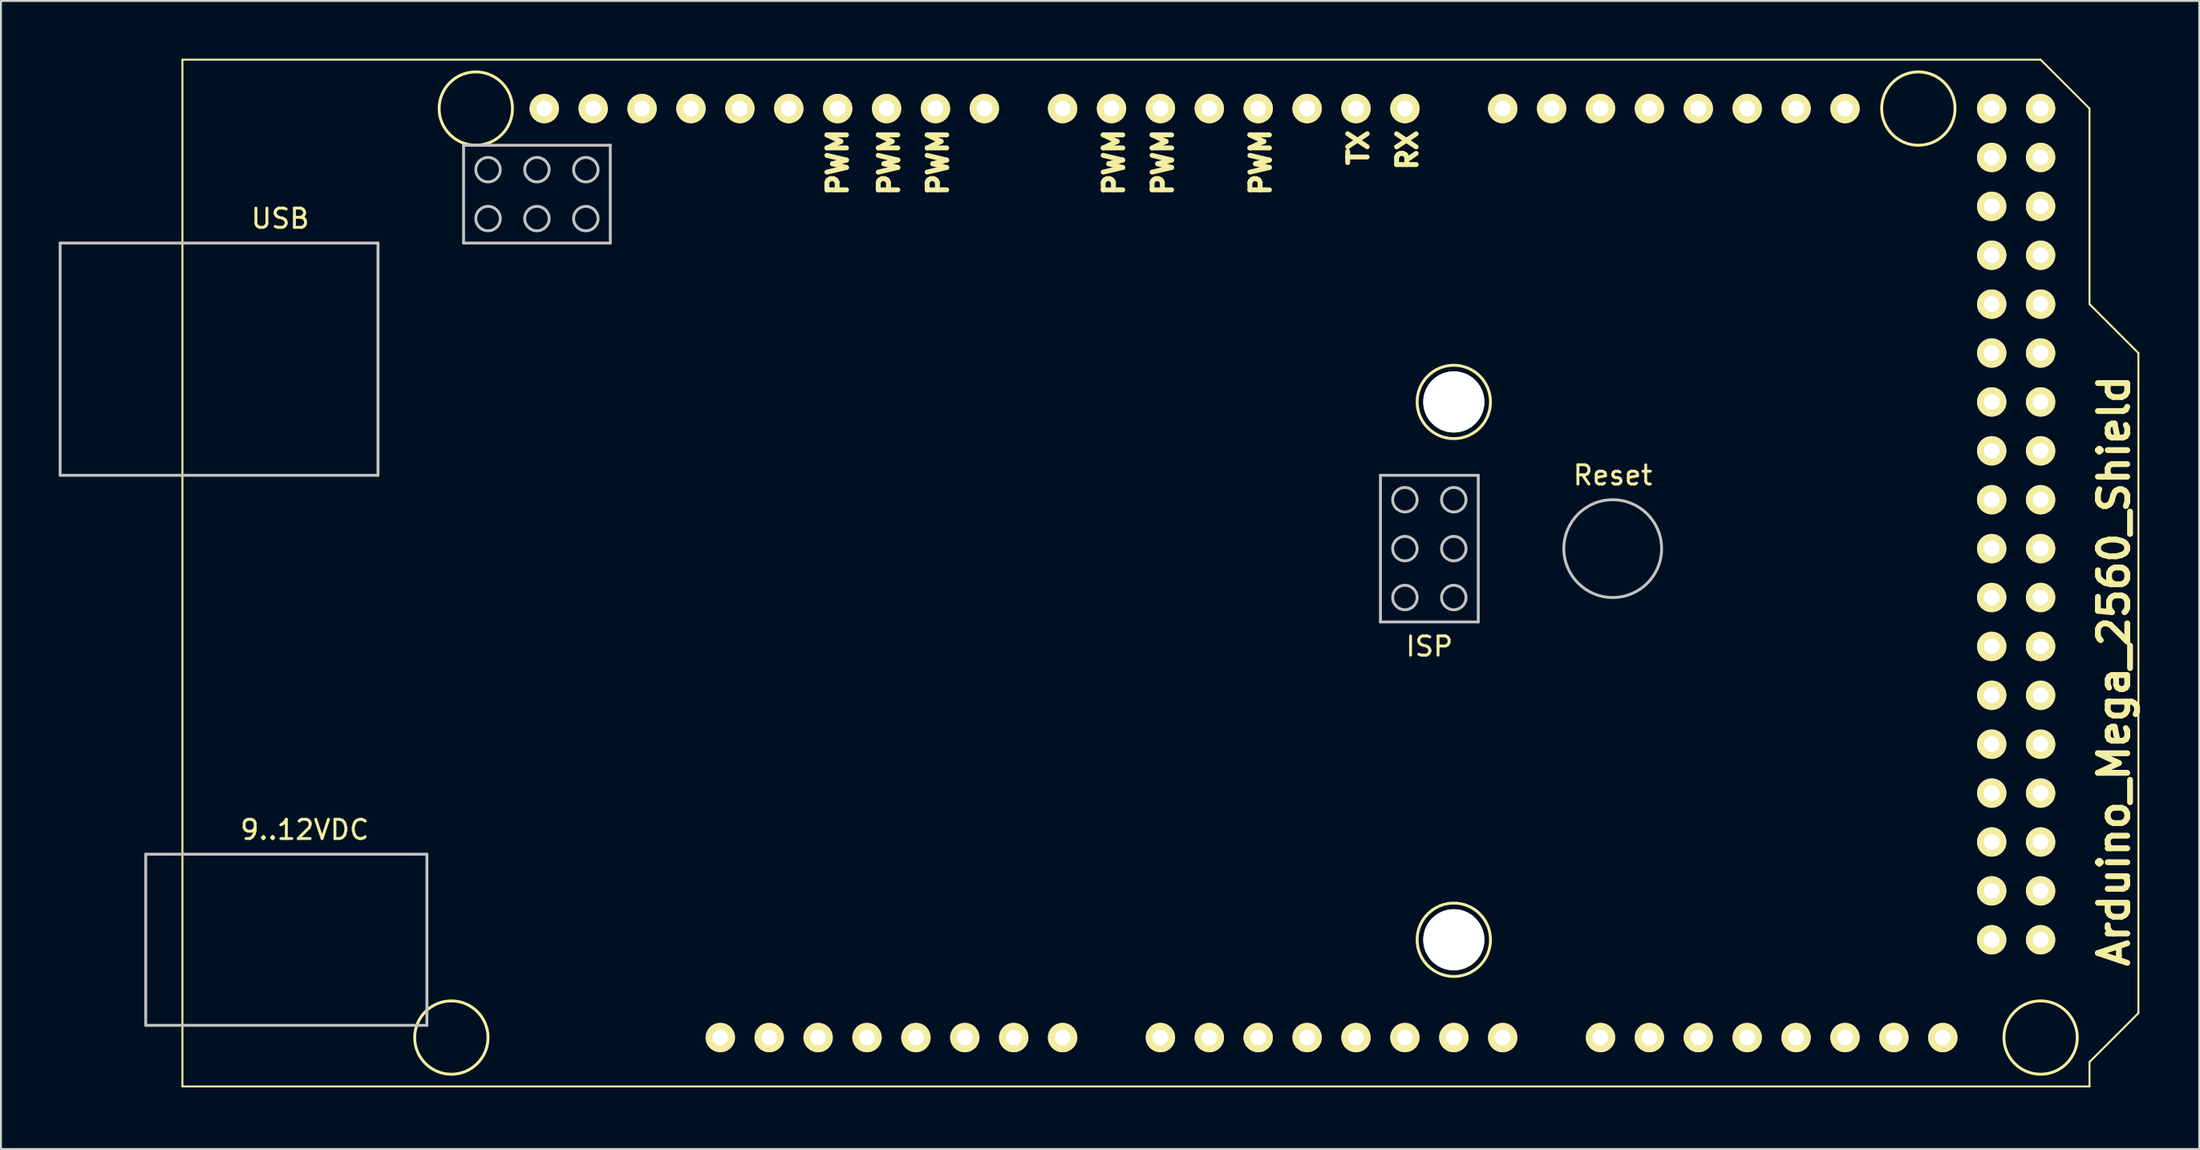
<source format=kicad_pcb>
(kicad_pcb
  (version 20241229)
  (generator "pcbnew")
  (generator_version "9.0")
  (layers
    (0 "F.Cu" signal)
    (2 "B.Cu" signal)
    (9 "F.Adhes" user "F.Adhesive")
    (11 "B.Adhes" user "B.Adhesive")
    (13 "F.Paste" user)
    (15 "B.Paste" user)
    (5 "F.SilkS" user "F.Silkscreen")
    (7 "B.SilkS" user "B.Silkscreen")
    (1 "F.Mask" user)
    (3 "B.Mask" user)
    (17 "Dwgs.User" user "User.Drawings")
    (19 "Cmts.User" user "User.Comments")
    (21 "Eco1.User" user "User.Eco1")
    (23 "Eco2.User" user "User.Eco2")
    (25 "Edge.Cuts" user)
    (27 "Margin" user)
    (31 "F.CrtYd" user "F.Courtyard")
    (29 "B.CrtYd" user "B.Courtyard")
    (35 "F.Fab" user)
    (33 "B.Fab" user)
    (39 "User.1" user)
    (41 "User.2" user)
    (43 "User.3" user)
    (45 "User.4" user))
  (footprint "Arduino_Mega_2560_Shield"
    (layer "F.Cu")
    (at 6.425 53.39)
    (property "Reference" "Arduino_Mega_2560_Shield" (at 100.332 -21.59 90) (layer "F.SilkS") (effects (font (size 1.524 1.524) (thickness 0.305))))
    (attr through_hole)
    (fp_line (start 0 -53.34) (end 96.52 -53.34) (stroke (width 0.1) (type solid)) (layer "F.SilkS"))
    (fp_line (start 0 0) (end 0 -53.34) (stroke (width 0.1) (type solid)) (layer "F.SilkS"))
    (fp_line (start 96.52 -53.34) (end 99.06 -50.8) (stroke (width 0.1) (type solid)) (layer "F.SilkS"))
    (fp_line (start 99.06 -50.8) (end 99.06 -40.64) (stroke (width 0.1) (type solid)) (layer "F.SilkS"))
    (fp_line (start 99.06 -40.64) (end 101.6 -38.1) (stroke (width 0.1) (type solid)) (layer "F.SilkS"))
    (fp_line (start 99.06 -1.27) (end 99.06 0) (stroke (width 0.1) (type solid)) (layer "F.SilkS"))
    (fp_line (start 99.06 0) (end 0 0) (stroke (width 0.1) (type solid)) (layer "F.SilkS"))
    (fp_line (start 101.6 -38.1) (end 101.6 -3.81) (stroke (width 0.1) (type solid)) (layer "F.SilkS"))
    (fp_line (start 101.6 -3.81) (end 99.06 -1.27) (stroke (width 0.1) (type solid)) (layer "F.SilkS"))
    (fp_circle (center 13.97 -2.54) (end 15.875 -2.54) (stroke (width 0.15) (type solid)) (fill no) (layer "F.SilkS"))
    (fp_circle (center 15.24 -50.8) (end 13.335 -50.8) (stroke (width 0.15) (type solid)) (fill no) (layer "F.SilkS"))
    (fp_circle (center 66.04 -35.56) (end 67.945 -35.56) (stroke (width 0.15) (type solid)) (fill no) (layer "F.SilkS"))
    (fp_circle (center 66.04 -7.62) (end 67.945 -7.62) (stroke (width 0.15) (type solid)) (fill no) (layer "F.SilkS"))
    (fp_circle (center 90.17 -50.8) (end 92.075 -50.8) (stroke (width 0.15) (type solid)) (fill no) (layer "F.SilkS"))
    (fp_circle (center 96.52 -2.54) (end 98.425 -2.54) (stroke (width 0.15) (type solid)) (fill no) (layer "F.SilkS"))
    (fp_line (start -6.35 -43.815) (end -6.35 -31.75) (stroke (width 0.15) (type solid)) (layer "Dwgs.User"))
    (fp_line (start -6.35 -31.75) (end 10.16 -31.75) (stroke (width 0.15) (type solid)) (layer "Dwgs.User"))
    (fp_line (start -1.905 -12.065) (end -1.905 -3.175) (stroke (width 0.15) (type solid)) (layer "Dwgs.User"))
    (fp_line (start -1.905 -3.175) (end 12.7 -3.175) (stroke (width 0.15) (type solid)) (layer "Dwgs.User"))
    (fp_line (start 10.16 -43.815) (end -6.35 -43.815) (stroke (width 0.15) (type solid)) (layer "Dwgs.User"))
    (fp_line (start 10.16 -31.75) (end 10.16 -43.815) (stroke (width 0.15) (type solid)) (layer "Dwgs.User"))
    (fp_line (start 12.7 -12.065) (end -1.905 -12.065) (stroke (width 0.15) (type solid)) (layer "Dwgs.User"))
    (fp_line (start 12.7 -3.175) (end 12.7 -12.065) (stroke (width 0.15) (type solid)) (layer "Dwgs.User"))
    (fp_line (start 14.605 -48.895) (end 14.605 -43.815) (stroke (width 0.15) (type solid)) (layer "Dwgs.User"))
    (fp_line (start 14.605 -48.895) (end 22.225 -48.895) (stroke (width 0.15) (type solid)) (layer "Dwgs.User"))
    (fp_line (start 14.605 -43.815) (end 22.225 -43.815) (stroke (width 0.15) (type solid)) (layer "Dwgs.User"))
    (fp_line (start 22.225 -48.895) (end 22.225 -43.815) (stroke (width 0.15) (type solid)) (layer "Dwgs.User"))
    (fp_line (start 62.23 -31.75) (end 62.23 -24.13) (stroke (width 0.15) (type solid)) (layer "Dwgs.User"))
    (fp_line (start 62.23 -31.75) (end 67.31 -31.75) (stroke (width 0.15) (type solid)) (layer "Dwgs.User"))
    (fp_line (start 62.23 -24.13) (end 67.31 -24.13) (stroke (width 0.15) (type solid)) (layer "Dwgs.User"))
    (fp_line (start 67.31 -31.75) (end 67.31 -24.13) (stroke (width 0.15) (type solid)) (layer "Dwgs.User"))
    (fp_circle (center 15.875 -47.625) (end 16.51 -47.625) (stroke (width 0.15) (type solid)) (fill no) (layer "Dwgs.User"))
    (fp_circle (center 15.875 -45.085) (end 16.51 -45.085) (stroke (width 0.15) (type solid)) (fill no) (layer "Dwgs.User"))
    (fp_circle (center 18.415 -47.625) (end 19.05 -47.625) (stroke (width 0.15) (type solid)) (fill no) (layer "Dwgs.User"))
    (fp_circle (center 18.415 -45.085) (end 19.05 -45.085) (stroke (width 0.15) (type solid)) (fill no) (layer "Dwgs.User"))
    (fp_circle (center 20.955 -47.625) (end 21.59 -47.625) (stroke (width 0.15) (type solid)) (fill no) (layer "Dwgs.User"))
    (fp_circle (center 20.955 -45.085) (end 21.59 -45.085) (stroke (width 0.15) (type solid)) (fill no) (layer "Dwgs.User"))
    (fp_circle (center 63.5 -30.48) (end 64.135 -30.48) (stroke (width 0.15) (type solid)) (fill no) (layer "Dwgs.User"))
    (fp_circle (center 63.5 -27.94) (end 64.135 -27.94) (stroke (width 0.15) (type solid)) (fill no) (layer "Dwgs.User"))
    (fp_circle (center 63.5 -25.4) (end 64.135 -25.4) (stroke (width 0.15) (type solid)) (fill no) (layer "Dwgs.User"))
    (fp_circle (center 66.04 -30.48) (end 66.675 -30.48) (stroke (width 0.15) (type solid)) (fill no) (layer "Dwgs.User"))
    (fp_circle (center 66.04 -27.94) (end 66.675 -27.94) (stroke (width 0.15) (type solid)) (fill no) (layer "Dwgs.User"))
    (fp_circle (center 66.04 -25.4) (end 66.675 -25.4) (stroke (width 0.15) (type solid)) (fill no) (layer "Dwgs.User"))
    (fp_circle (center 74.295 -27.94) (end 76.835 -27.94) (stroke (width 0.15) (type solid)) (fill no) (layer "Dwgs.User"))
    (fp_text user "PWM" (at 34.036 -48.006 90) (layer "F.SilkS") (effects (font (size 1.016 1.016) (thickness 0.254))))
    (fp_text user "9..12VDC" (at 6.35 -13.335 0) (layer "F.SilkS") (effects (font (size 1 1) (thickness 0.15))))
    (fp_text user "PWM" (at 36.703 -48.006 90) (layer "F.SilkS") (effects (font (size 1.016 1.016) (thickness 0.254))))
    (fp_text user "PWM" (at 56.007 -48.006 90) (layer "F.SilkS") (effects (font (size 1.016 1.016) (thickness 0.254))))
    (fp_text user "TX" (at 61.087 -48.768 90) (layer "F.SilkS") (effects (font (size 1.016 1.016) (thickness 0.254))))
    (fp_text user "ISP" (at 64.77 -22.86 0) (layer "F.SilkS") (effects (font (size 1 1) (thickness 0.15))))
    (fp_text user "Reset" (at 74.295 -31.75 0) (layer "F.SilkS") (effects (font (size 1 1) (thickness 0.15))))
    (fp_text user "PWM" (at 48.387 -48.006 90) (layer "F.SilkS") (effects (font (size 1.016 1.016) (thickness 0.254))))
    (fp_text user "USB" (at 5.08 -45.085 180) (layer "F.SilkS") (effects (font (size 1 1) (thickness 0.15))))
    (fp_text user "PWM" (at 39.243 -48.006 90) (layer "F.SilkS") (effects (font (size 1.016 1.016) (thickness 0.254))))
    (fp_text user "RX" (at 63.627 -48.641 90) (layer "F.SilkS") (effects (font (size 1.016 1.016) (thickness 0.254))))
    (fp_text user "PWM" (at 50.927 -48.006 90) (layer "F.SilkS") (effects (font (size 1.016 1.016) (thickness 0.254))))
    (pad "" thru_hole circle (at 27.94 -2.54) (size 1.524 1.524) (drill 0.813) (layers "*.Cu" "*.Mask" "F.SilkS"))
    (pad "" np_thru_hole circle (at 66.04 -35.56) (size 3.175 3.175) (drill 3.175) (layers "*.Cu" "*.Mask" "F.SilkS"))
    (pad "" np_thru_hole circle (at 66.04 -7.62) (size 3.175 3.175) (drill 3.175) (layers "*.Cu" "*.Mask" "F.SilkS"))
    (pad "3.3V" thru_hole circle (at 35.56 -2.54) (size 1.524 1.524) (drill 0.813) (layers "*.Cu" "*.Mask" "F.SilkS"))
    (pad "5V" thru_hole circle (at 38.1 -2.54) (size 1.524 1.524) (drill 0.813) (layers "*.Cu" "*.Mask" "F.SilkS"))
    (pad "5V" thru_hole circle (at 93.98 -50.8) (size 1.524 1.524) (drill 0.813) (layers "*.Cu" "*.Mask" "F.SilkS"))
    (pad "5V" thru_hole circle (at 96.52 -50.8) (size 1.524 1.524) (drill 0.813) (layers "*.Cu" "*.Mask" "F.SilkS"))
    (pad "A0" thru_hole circle (at 50.8 -2.54) (size 1.524 1.524) (drill 0.813) (layers "*.Cu" "*.Mask" "F.SilkS"))
    (pad "A1" thru_hole circle (at 53.34 -2.54) (size 1.524 1.524) (drill 0.813) (layers "*.Cu" "*.Mask" "F.SilkS"))
    (pad "A2" thru_hole circle (at 55.88 -2.54) (size 1.524 1.524) (drill 0.813) (layers "*.Cu" "*.Mask" "F.SilkS"))
    (pad "A3" thru_hole circle (at 58.42 -2.54) (size 1.524 1.524) (drill 0.813) (layers "*.Cu" "*.Mask" "F.SilkS"))
    (pad "A4" thru_hole circle (at 60.96 -2.54) (size 1.524 1.524) (drill 0.813) (layers "*.Cu" "*.Mask" "F.SilkS"))
    (pad "A5" thru_hole circle (at 63.5 -2.54) (size 1.524 1.524) (drill 0.813) (layers "*.Cu" "*.Mask" "F.SilkS"))
    (pad "A6" thru_hole circle (at 66.04 -2.54) (size 1.524 1.524) (drill 0.813) (layers "*.Cu" "*.Mask" "F.SilkS"))
    (pad "A7" thru_hole circle (at 68.58 -2.54) (size 1.524 1.524) (drill 0.813) (layers "*.Cu" "*.Mask" "F.SilkS"))
    (pad "A8" thru_hole circle (at 73.66 -2.54) (size 1.524 1.524) (drill 0.813) (layers "*.Cu" "*.Mask" "F.SilkS"))
    (pad "A9" thru_hole circle (at 76.2 -2.54) (size 1.524 1.524) (drill 0.813) (layers "*.Cu" "*.Mask" "F.SilkS"))
    (pad "A10" thru_hole circle (at 78.74 -2.54) (size 1.524 1.524) (drill 0.813) (layers "*.Cu" "*.Mask" "F.SilkS"))
    (pad "A11" thru_hole circle (at 81.28 -2.54) (size 1.524 1.524) (drill 0.813) (layers "*.Cu" "*.Mask" "F.SilkS"))
    (pad "A12" thru_hole circle (at 83.82 -2.54) (size 1.524 1.524) (drill 0.813) (layers "*.Cu" "*.Mask" "F.SilkS"))
    (pad "A13" thru_hole circle (at 86.36 -2.54) (size 1.524 1.524) (drill 0.813) (layers "*.Cu" "*.Mask" "F.SilkS"))
    (pad "A14" thru_hole circle (at 88.9 -2.54) (size 1.524 1.524) (drill 0.813) (layers "*.Cu" "*.Mask" "F.SilkS"))
    (pad "A15" thru_hole circle (at 91.44 -2.54) (size 1.524 1.524) (drill 0.813) (layers "*.Cu" "*.Mask" "F.SilkS"))
    (pad "AREF" thru_hole circle (at 23.876 -50.8) (size 1.524 1.524) (drill 0.813) (layers "*.Cu" "*.Mask" "F.SilkS"))
    (pad "D0" thru_hole circle (at 63.5 -50.8) (size 1.524 1.524) (drill 0.813) (layers "*.Cu" "*.Mask" "F.SilkS"))
    (pad "D1" thru_hole circle (at 60.96 -50.8) (size 1.524 1.524) (drill 0.813) (layers "*.Cu" "*.Mask" "F.SilkS"))
    (pad "D2" thru_hole circle (at 58.42 -50.8) (size 1.524 1.524) (drill 0.813) (layers "*.Cu" "*.Mask" "F.SilkS"))
    (pad "D3" thru_hole circle (at 55.88 -50.8) (size 1.524 1.524) (drill 0.813) (layers "*.Cu" "*.Mask" "F.SilkS"))
    (pad "D4" thru_hole circle (at 53.34 -50.8) (size 1.524 1.524) (drill 0.813) (layers "*.Cu" "*.Mask" "F.SilkS"))
    (pad "D5" thru_hole circle (at 50.8 -50.8) (size 1.524 1.524) (drill 0.813) (layers "*.Cu" "*.Mask" "F.SilkS"))
    (pad "D6" thru_hole circle (at 48.26 -50.8) (size 1.524 1.524) (drill 0.813) (layers "*.Cu" "*.Mask" "F.SilkS"))
    (pad "D7" thru_hole circle (at 45.72 -50.8) (size 1.524 1.524) (drill 0.813) (layers "*.Cu" "*.Mask" "F.SilkS"))
    (pad "D8" thru_hole circle (at 41.656 -50.8) (size 1.524 1.524) (drill 0.813) (layers "*.Cu" "*.Mask" "F.SilkS"))
    (pad "D9" thru_hole circle (at 39.116 -50.8) (size 1.524 1.524) (drill 0.813) (layers "*.Cu" "*.Mask" "F.SilkS"))
    (pad "D10" thru_hole circle (at 36.576 -50.8) (size 1.524 1.524) (drill 0.813) (layers "*.Cu" "*.Mask" "F.SilkS"))
    (pad "D11" thru_hole circle (at 34.036 -50.8) (size 1.524 1.524) (drill 0.813) (layers "*.Cu" "*.Mask" "F.SilkS"))
    (pad "D12" thru_hole circle (at 31.496 -50.8) (size 1.524 1.524) (drill 0.813) (layers "*.Cu" "*.Mask" "F.SilkS"))
    (pad "D13" thru_hole circle (at 28.956 -50.8) (size 1.524 1.524) (drill 0.813) (layers "*.Cu" "*.Mask" "F.SilkS"))
    (pad "D14" thru_hole circle (at 68.58 -50.8) (size 1.524 1.524) (drill 0.813) (layers "*.Cu" "*.Mask" "F.SilkS"))
    (pad "D15" thru_hole circle (at 71.12 -50.8) (size 1.524 1.524) (drill 0.813) (layers "*.Cu" "*.Mask" "F.SilkS"))
    (pad "D16" thru_hole circle (at 73.66 -50.8) (size 1.524 1.524) (drill 0.813) (layers "*.Cu" "*.Mask" "F.SilkS"))
    (pad "D17" thru_hole circle (at 76.2 -50.8) (size 1.524 1.524) (drill 0.813) (layers "*.Cu" "*.Mask" "F.SilkS"))
    (pad "D18" thru_hole circle (at 78.74 -50.8) (size 1.524 1.524) (drill 0.813) (layers "*.Cu" "*.Mask" "F.SilkS"))
    (pad "D19" thru_hole circle (at 81.28 -50.8) (size 1.524 1.524) (drill 0.813) (layers "*.Cu" "*.Mask" "F.SilkS"))
    (pad "D20" thru_hole circle (at 83.82 -50.8) (size 1.524 1.524) (drill 0.813) (layers "*.Cu" "*.Mask" "F.SilkS"))
    (pad "D21" thru_hole circle (at 86.36 -50.8) (size 1.524 1.524) (drill 0.813) (layers "*.Cu" "*.Mask" "F.SilkS"))
    (pad "D22" thru_hole circle (at 93.98 -48.26) (size 1.524 1.524) (drill 0.813) (layers "*.Cu" "*.Mask" "F.SilkS"))
    (pad "D23" thru_hole circle (at 96.52 -48.26) (size 1.524 1.524) (drill 0.813) (layers "*.Cu" "*.Mask" "F.SilkS"))
    (pad "D24" thru_hole circle (at 93.98 -45.72) (size 1.524 1.524) (drill 0.813) (layers "*.Cu" "*.Mask" "F.SilkS"))
    (pad "D25" thru_hole circle (at 96.52 -45.72) (size 1.524 1.524) (drill 0.813) (layers "*.Cu" "*.Mask" "F.SilkS"))
    (pad "D26" thru_hole circle (at 93.98 -43.18) (size 1.524 1.524) (drill 0.813) (layers "*.Cu" "*.Mask" "F.SilkS"))
    (pad "D27" thru_hole circle (at 96.52 -43.18) (size 1.524 1.524) (drill 0.813) (layers "*.Cu" "*.Mask" "F.SilkS"))
    (pad "D28" thru_hole circle (at 93.98 -40.64) (size 1.524 1.524) (drill 0.813) (layers "*.Cu" "*.Mask" "F.SilkS"))
    (pad "D29" thru_hole circle (at 96.52 -40.64) (size 1.524 1.524) (drill 0.813) (layers "*.Cu" "*.Mask" "F.SilkS"))
    (pad "D30" thru_hole circle (at 93.98 -38.1) (size 1.524 1.524) (drill 0.813) (layers "*.Cu" "*.Mask" "F.SilkS"))
    (pad "D31" thru_hole circle (at 96.52 -38.1) (size 1.524 1.524) (drill 0.813) (layers "*.Cu" "*.Mask" "F.SilkS"))
    (pad "D32" thru_hole circle (at 93.98 -35.56) (size 1.524 1.524) (drill 0.813) (layers "*.Cu" "*.Mask" "F.SilkS"))
    (pad "D33" thru_hole circle (at 96.52 -35.56) (size 1.524 1.524) (drill 0.813) (layers "*.Cu" "*.Mask" "F.SilkS"))
    (pad "D34" thru_hole circle (at 93.98 -33.02) (size 1.524 1.524) (drill 0.813) (layers "*.Cu" "*.Mask" "F.SilkS"))
    (pad "D35" thru_hole circle (at 96.52 -33.02) (size 1.524 1.524) (drill 0.813) (layers "*.Cu" "*.Mask" "F.SilkS"))
    (pad "D36" thru_hole circle (at 93.98 -30.48) (size 1.524 1.524) (drill 0.813) (layers "*.Cu" "*.Mask" "F.SilkS"))
    (pad "D37" thru_hole circle (at 96.52 -30.48) (size 1.524 1.524) (drill 0.813) (layers "*.Cu" "*.Mask" "F.SilkS"))
    (pad "D38" thru_hole circle (at 93.98 -27.94) (size 1.524 1.524) (drill 0.813) (layers "*.Cu" "*.Mask" "F.SilkS"))
    (pad "D39" thru_hole circle (at 96.52 -27.94) (size 1.524 1.524) (drill 0.813) (layers "*.Cu" "*.Mask" "F.SilkS"))
    (pad "D40" thru_hole circle (at 93.98 -25.4) (size 1.524 1.524) (drill 0.813) (layers "*.Cu" "*.Mask" "F.SilkS"))
    (pad "D41" thru_hole circle (at 96.52 -25.4) (size 1.524 1.524) (drill 0.813) (layers "*.Cu" "*.Mask" "F.SilkS"))
    (pad "D42" thru_hole circle (at 93.98 -22.86) (size 1.524 1.524) (drill 0.813) (layers "*.Cu" "*.Mask" "F.SilkS"))
    (pad "D43" thru_hole circle (at 96.52 -22.86) (size 1.524 1.524) (drill 0.813) (layers "*.Cu" "*.Mask" "F.SilkS"))
    (pad "D44" thru_hole circle (at 93.98 -20.32) (size 1.524 1.524) (drill 0.813) (layers "*.Cu" "*.Mask" "F.SilkS"))
    (pad "D45" thru_hole circle (at 96.52 -20.32) (size 1.524 1.524) (drill 0.813) (layers "*.Cu" "*.Mask" "F.SilkS"))
    (pad "D46" thru_hole circle (at 93.98 -17.78) (size 1.524 1.524) (drill 0.813) (layers "*.Cu" "*.Mask" "F.SilkS"))
    (pad "D47" thru_hole circle (at 96.52 -17.78) (size 1.524 1.524) (drill 0.813) (layers "*.Cu" "*.Mask" "F.SilkS"))
    (pad "D48" thru_hole circle (at 93.98 -15.24) (size 1.524 1.524) (drill 0.813) (layers "*.Cu" "*.Mask" "F.SilkS"))
    (pad "D49" thru_hole circle (at 96.52 -15.24) (size 1.524 1.524) (drill 0.813) (layers "*.Cu" "*.Mask" "F.SilkS"))
    (pad "D50" thru_hole circle (at 93.98 -12.7) (size 1.524 1.524) (drill 0.813) (layers "*.Cu" "*.Mask" "F.SilkS"))
    (pad "D51" thru_hole circle (at 96.52 -12.7) (size 1.524 1.524) (drill 0.813) (layers "*.Cu" "*.Mask" "F.SilkS"))
    (pad "D52" thru_hole circle (at 93.98 -10.16) (size 1.524 1.524) (drill 0.813) (layers "*.Cu" "*.Mask" "F.SilkS"))
    (pad "D53" thru_hole circle (at 96.52 -10.16) (size 1.524 1.524) (drill 0.813) (layers "*.Cu" "*.Mask" "F.SilkS"))
    (pad "GND" thru_hole circle (at 26.416 -50.8) (size 1.524 1.524) (drill 0.813) (layers "*.Cu" "*.Mask" "F.SilkS"))
    (pad "GND" thru_hole circle (at 40.64 -2.54) (size 1.524 1.524) (drill 0.813) (layers "*.Cu" "*.Mask" "F.SilkS"))
    (pad "GND" thru_hole circle (at 43.18 -2.54) (size 1.524 1.524) (drill 0.813) (layers "*.Cu" "*.Mask" "F.SilkS"))
    (pad "GND" thru_hole circle (at 93.98 -7.62) (size 1.524 1.524) (drill 0.813) (layers "*.Cu" "*.Mask" "F.SilkS"))
    (pad "GND" thru_hole circle (at 96.52 -7.62) (size 1.524 1.524) (drill 0.813) (layers "*.Cu" "*.Mask" "F.SilkS"))
    (pad "REF" thru_hole circle (at 30.48 -2.54) (size 1.524 1.524) (drill 0.813) (layers "*.Cu" "*.Mask" "F.SilkS"))
    (pad "RST" thru_hole circle (at 33.02 -2.54) (size 1.524 1.524) (drill 0.813) (layers "*.Cu" "*.Mask" "F.SilkS"))
    (pad "SCL" thru_hole circle (at 18.796 -50.8) (size 1.524 1.524) (drill 0.813) (layers "*.Cu" "*.Mask" "F.SilkS"))
    (pad "SDA" thru_hole circle (at 21.336 -50.8) (size 1.524 1.524) (drill 0.813) (layers "*.Cu" "*.Mask" "F.SilkS"))
    (pad "Vin" thru_hole circle (at 45.72 -2.54) (size 1.524 1.524) (drill 0.813) (layers "*.Cu" "*.Mask" "F.SilkS")))
  (gr_rect
    (start -3 -3)
    (end 111.184 56.64)
    (stroke (width 0.1) (type default))
    (fill no)
    (layer "Edge.Cuts")))
</source>
